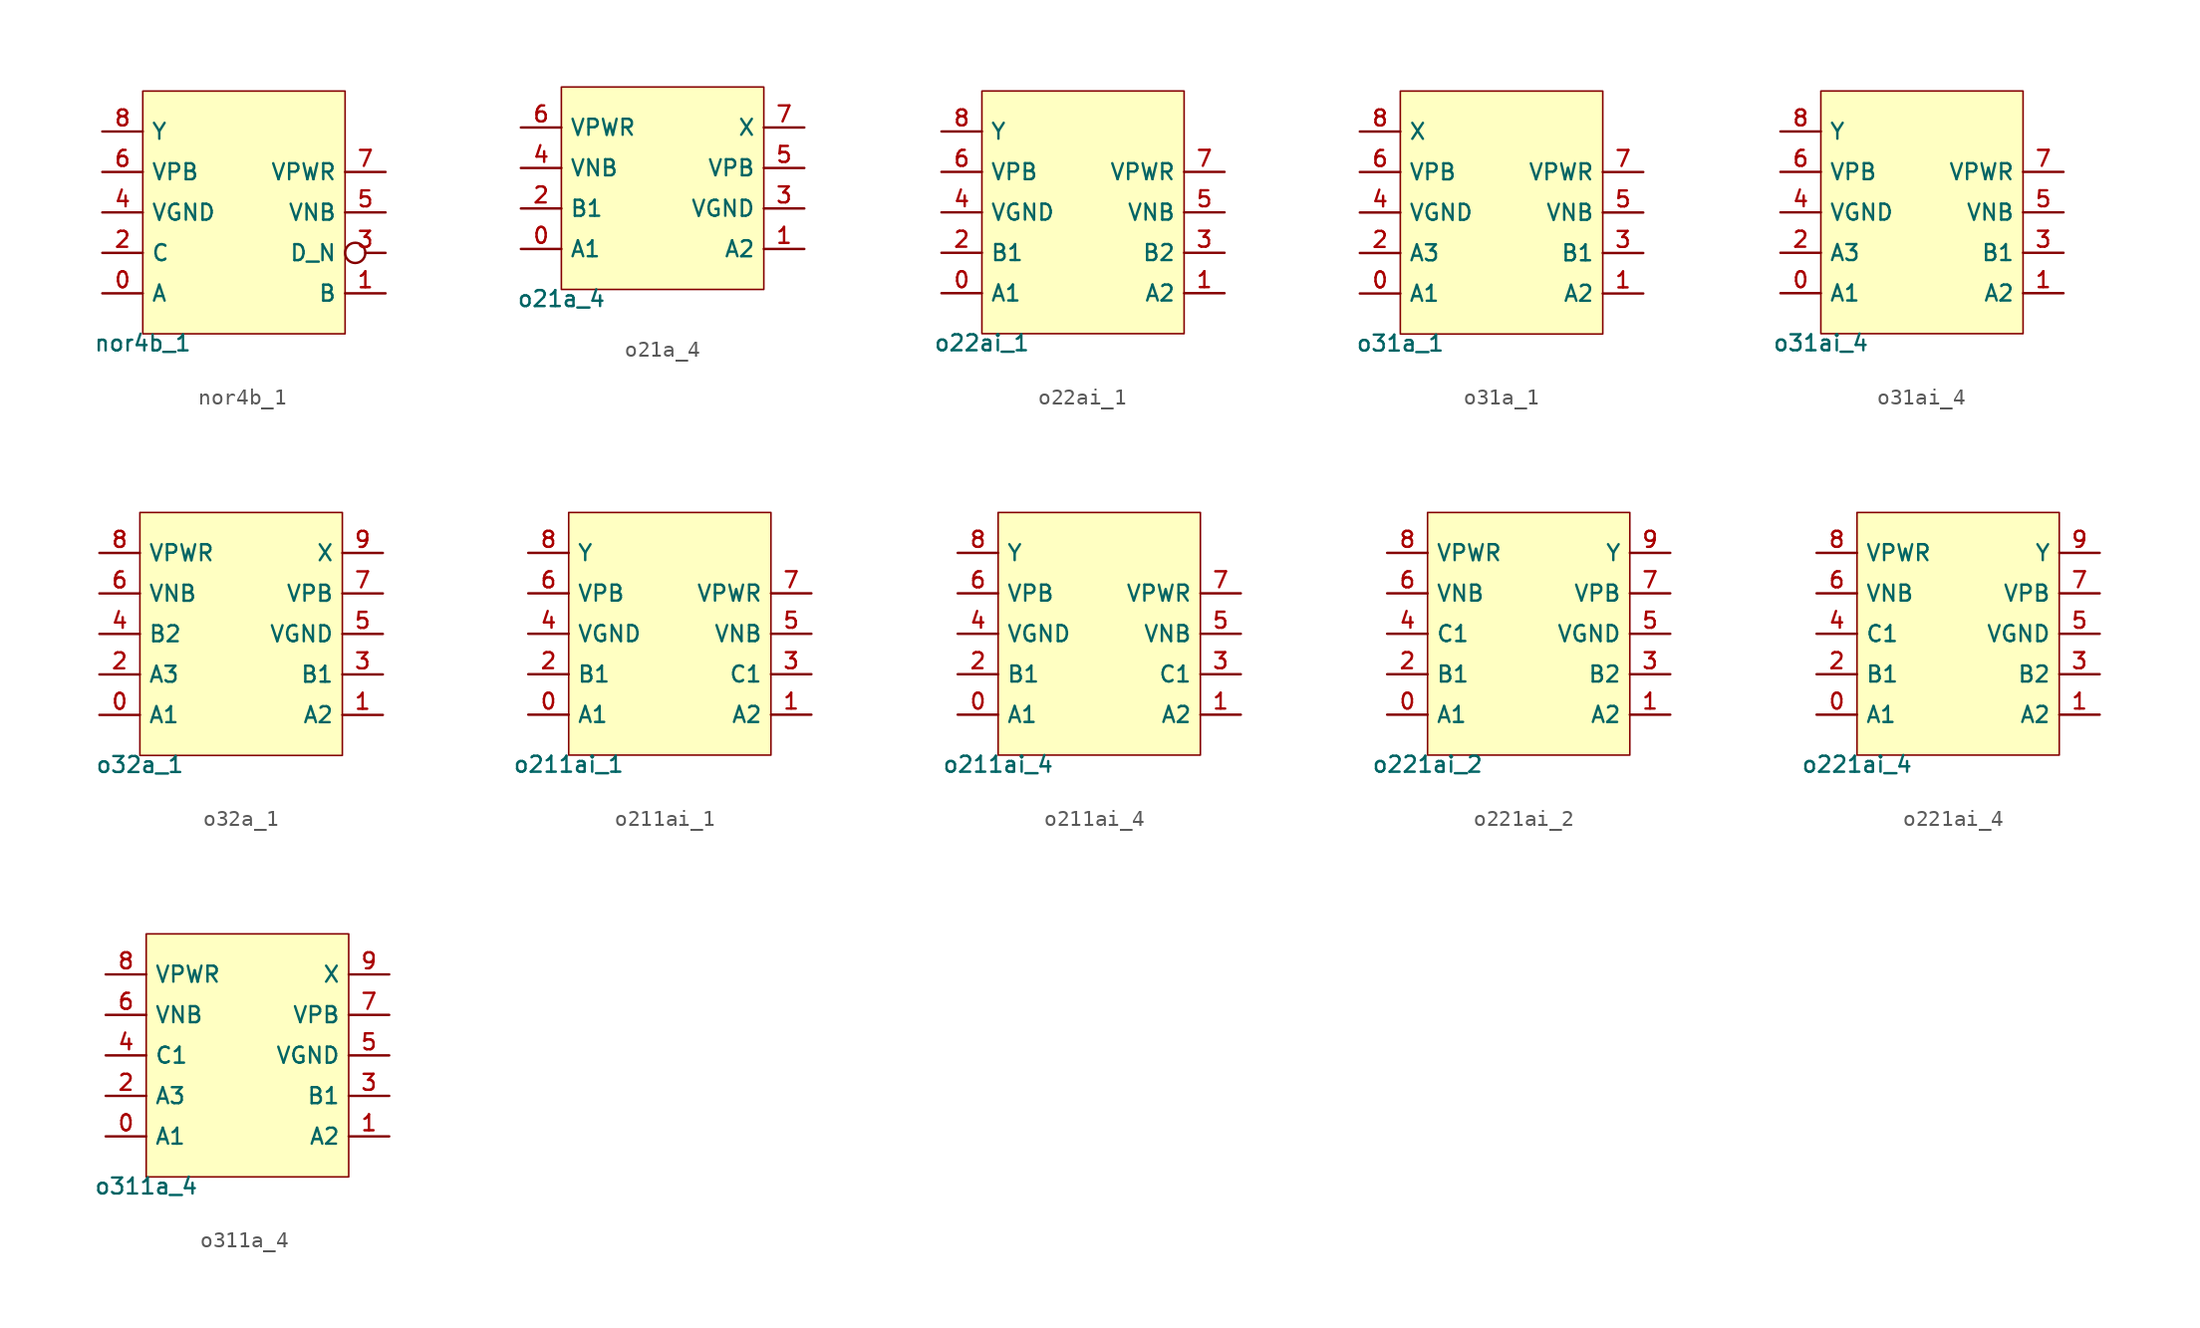
<source format=kicad_sym>
(kicad_symbol_lib
  (version 20211014)
  (generator pdk2kicad)
  (symbol "nor4b_1"
    (property "Reference" "X"
      (at 0 0 0)
      (effects (font (size 1 1)) hide))
    (property "Value" "nor4b_1"
      (at -6.35 -7.62 0)
      (effects (font (size 1 1)) (justify top)))
    (rectangle
      (start -6.35 -7.62)
      (end 6.35 7.62)
      (stroke (width 0.1) (type solid) (color 0 0 0 0))
      (fill (type background)))
    (pin bidirectional line
      (at -8.89 -5.08 0)
      (length 2.54)
      (name "A" (effects (font (size 1 1)) hide))
      (number "0" (effects (font (size 1 1)) hide)))
    (pin bidirectional line
      (at 8.89 -5.08 180)
      (length 2.54)
      (name "B" (effects (font (size 1 1)) hide))
      (number "1" (effects (font (size 1 1)) hide)))
    (pin bidirectional line
      (at -8.89 -2.54 0)
      (length 2.54)
      (name "C" (effects (font (size 1 1)) hide))
      (number "2" (effects (font (size 1 1)) hide)))
    (pin bidirectional inverted
      (at 8.89 -2.54 180)
      (length 2.54)
      (name "D_N" (effects (font (size 1 1)) hide))
      (number "3" (effects (font (size 1 1)) hide)))
    (pin bidirectional line
      (at -8.89 8.881784197001252e-16 0)
      (length 2.54)
      (name "VGND" (effects (font (size 1 1)) hide))
      (number "4" (effects (font (size 1 1)) hide)))
    (pin bidirectional line
      (at 8.89 8.881784197001252e-16 180)
      (length 2.54)
      (name "VNB" (effects (font (size 1 1)) hide))
      (number "5" (effects (font (size 1 1)) hide)))
    (pin bidirectional line
      (at -8.89 2.54 0)
      (length 2.54)
      (name "VPB" (effects (font (size 1 1)) hide))
      (number "6" (effects (font (size 1 1)) hide)))
    (pin bidirectional line
      (at 8.89 2.54 180)
      (length 2.54)
      (name "VPWR" (effects (font (size 1 1)) hide))
      (number "7" (effects (font (size 1 1)) hide)))
    (pin bidirectional line
      (at -8.89 5.08 0)
      (length 2.54)
      (name "Y" (effects (font (size 1 1)) hide))
      (number "8" (effects (font (size 1 1)) hide))))
  (symbol "o21a_4"
    (property "Reference" "X"
      (at 0 0 0)
      (effects (font (size 1 1)) hide))
    (property "Value" "o21a_4"
      (at -6.35 -6.35 0)
      (effects (font (size 1 1)) (justify top)))
    (rectangle
      (start -6.35 -6.35)
      (end 6.35 6.35)
      (stroke (width 0.1) (type solid) (color 0 0 0 0))
      (fill (type background)))
    (pin bidirectional line
      (at -8.89 -3.81 0)
      (length 2.54)
      (name "A1" (effects (font (size 1 1)) hide))
      (number "0" (effects (font (size 1 1)) hide)))
    (pin bidirectional line
      (at 8.89 -3.81 180)
      (length 2.54)
      (name "A2" (effects (font (size 1 1)) hide))
      (number "1" (effects (font (size 1 1)) hide)))
    (pin bidirectional line
      (at -8.89 -1.27 0)
      (length 2.54)
      (name "B1" (effects (font (size 1 1)) hide))
      (number "2" (effects (font (size 1 1)) hide)))
    (pin bidirectional line
      (at 8.89 -1.27 180)
      (length 2.54)
      (name "VGND" (effects (font (size 1 1)) hide))
      (number "3" (effects (font (size 1 1)) hide)))
    (pin bidirectional line
      (at -8.89 1.27 0)
      (length 2.54)
      (name "VNB" (effects (font (size 1 1)) hide))
      (number "4" (effects (font (size 1 1)) hide)))
    (pin bidirectional line
      (at 8.89 1.27 180)
      (length 2.54)
      (name "VPB" (effects (font (size 1 1)) hide))
      (number "5" (effects (font (size 1 1)) hide)))
    (pin bidirectional line
      (at -8.89 3.81 0)
      (length 2.54)
      (name "VPWR" (effects (font (size 1 1)) hide))
      (number "6" (effects (font (size 1 1)) hide)))
    (pin bidirectional line
      (at 8.89 3.81 180)
      (length 2.54)
      (name "X" (effects (font (size 1 1)) hide))
      (number "7" (effects (font (size 1 1)) hide))))
  (symbol "o22ai_1"
    (property "Reference" "X"
      (at 0 0 0)
      (effects (font (size 1 1)) hide))
    (property "Value" "o22ai_1"
      (at -6.35 -7.62 0)
      (effects (font (size 1 1)) (justify top)))
    (rectangle
      (start -6.35 -7.62)
      (end 6.35 7.62)
      (stroke (width 0.1) (type solid) (color 0 0 0 0))
      (fill (type background)))
    (pin bidirectional line
      (at -8.89 -5.08 0)
      (length 2.54)
      (name "A1" (effects (font (size 1 1)) hide))
      (number "0" (effects (font (size 1 1)) hide)))
    (pin bidirectional line
      (at 8.89 -5.08 180)
      (length 2.54)
      (name "A2" (effects (font (size 1 1)) hide))
      (number "1" (effects (font (size 1 1)) hide)))
    (pin bidirectional line
      (at -8.89 -2.54 0)
      (length 2.54)
      (name "B1" (effects (font (size 1 1)) hide))
      (number "2" (effects (font (size 1 1)) hide)))
    (pin bidirectional line
      (at 8.89 -2.54 180)
      (length 2.54)
      (name "B2" (effects (font (size 1 1)) hide))
      (number "3" (effects (font (size 1 1)) hide)))
    (pin bidirectional line
      (at -8.89 8.881784197001252e-16 0)
      (length 2.54)
      (name "VGND" (effects (font (size 1 1)) hide))
      (number "4" (effects (font (size 1 1)) hide)))
    (pin bidirectional line
      (at 8.89 8.881784197001252e-16 180)
      (length 2.54)
      (name "VNB" (effects (font (size 1 1)) hide))
      (number "5" (effects (font (size 1 1)) hide)))
    (pin bidirectional line
      (at -8.89 2.54 0)
      (length 2.54)
      (name "VPB" (effects (font (size 1 1)) hide))
      (number "6" (effects (font (size 1 1)) hide)))
    (pin bidirectional line
      (at 8.89 2.54 180)
      (length 2.54)
      (name "VPWR" (effects (font (size 1 1)) hide))
      (number "7" (effects (font (size 1 1)) hide)))
    (pin bidirectional line
      (at -8.89 5.08 0)
      (length 2.54)
      (name "Y" (effects (font (size 1 1)) hide))
      (number "8" (effects (font (size 1 1)) hide))))
  (symbol "o31a_1"
    (property "Reference" "X"
      (at 0 0 0)
      (effects (font (size 1 1)) hide))
    (property "Value" "o31a_1"
      (at -6.35 -7.62 0)
      (effects (font (size 1 1)) (justify top)))
    (rectangle
      (start -6.35 -7.62)
      (end 6.35 7.62)
      (stroke (width 0.1) (type solid) (color 0 0 0 0))
      (fill (type background)))
    (pin bidirectional line
      (at -8.89 -5.08 0)
      (length 2.54)
      (name "A1" (effects (font (size 1 1)) hide))
      (number "0" (effects (font (size 1 1)) hide)))
    (pin bidirectional line
      (at 8.89 -5.08 180)
      (length 2.54)
      (name "A2" (effects (font (size 1 1)) hide))
      (number "1" (effects (font (size 1 1)) hide)))
    (pin bidirectional line
      (at -8.89 -2.54 0)
      (length 2.54)
      (name "A3" (effects (font (size 1 1)) hide))
      (number "2" (effects (font (size 1 1)) hide)))
    (pin bidirectional line
      (at 8.89 -2.54 180)
      (length 2.54)
      (name "B1" (effects (font (size 1 1)) hide))
      (number "3" (effects (font (size 1 1)) hide)))
    (pin bidirectional line
      (at -8.89 8.881784197001252e-16 0)
      (length 2.54)
      (name "VGND" (effects (font (size 1 1)) hide))
      (number "4" (effects (font (size 1 1)) hide)))
    (pin bidirectional line
      (at 8.89 8.881784197001252e-16 180)
      (length 2.54)
      (name "VNB" (effects (font (size 1 1)) hide))
      (number "5" (effects (font (size 1 1)) hide)))
    (pin bidirectional line
      (at -8.89 2.54 0)
      (length 2.54)
      (name "VPB" (effects (font (size 1 1)) hide))
      (number "6" (effects (font (size 1 1)) hide)))
    (pin bidirectional line
      (at 8.89 2.54 180)
      (length 2.54)
      (name "VPWR" (effects (font (size 1 1)) hide))
      (number "7" (effects (font (size 1 1)) hide)))
    (pin bidirectional line
      (at -8.89 5.08 0)
      (length 2.54)
      (name "X" (effects (font (size 1 1)) hide))
      (number "8" (effects (font (size 1 1)) hide))))
  (symbol "o31ai_4"
    (property "Reference" "X"
      (at 0 0 0)
      (effects (font (size 1 1)) hide))
    (property "Value" "o31ai_4"
      (at -6.35 -7.62 0)
      (effects (font (size 1 1)) (justify top)))
    (rectangle
      (start -6.35 -7.62)
      (end 6.35 7.62)
      (stroke (width 0.1) (type solid) (color 0 0 0 0))
      (fill (type background)))
    (pin bidirectional line
      (at -8.89 -5.08 0)
      (length 2.54)
      (name "A1" (effects (font (size 1 1)) hide))
      (number "0" (effects (font (size 1 1)) hide)))
    (pin bidirectional line
      (at 8.89 -5.08 180)
      (length 2.54)
      (name "A2" (effects (font (size 1 1)) hide))
      (number "1" (effects (font (size 1 1)) hide)))
    (pin bidirectional line
      (at -8.89 -2.54 0)
      (length 2.54)
      (name "A3" (effects (font (size 1 1)) hide))
      (number "2" (effects (font (size 1 1)) hide)))
    (pin bidirectional line
      (at 8.89 -2.54 180)
      (length 2.54)
      (name "B1" (effects (font (size 1 1)) hide))
      (number "3" (effects (font (size 1 1)) hide)))
    (pin bidirectional line
      (at -8.89 8.881784197001252e-16 0)
      (length 2.54)
      (name "VGND" (effects (font (size 1 1)) hide))
      (number "4" (effects (font (size 1 1)) hide)))
    (pin bidirectional line
      (at 8.89 8.881784197001252e-16 180)
      (length 2.54)
      (name "VNB" (effects (font (size 1 1)) hide))
      (number "5" (effects (font (size 1 1)) hide)))
    (pin bidirectional line
      (at -8.89 2.54 0)
      (length 2.54)
      (name "VPB" (effects (font (size 1 1)) hide))
      (number "6" (effects (font (size 1 1)) hide)))
    (pin bidirectional line
      (at 8.89 2.54 180)
      (length 2.54)
      (name "VPWR" (effects (font (size 1 1)) hide))
      (number "7" (effects (font (size 1 1)) hide)))
    (pin bidirectional line
      (at -8.89 5.08 0)
      (length 2.54)
      (name "Y" (effects (font (size 1 1)) hide))
      (number "8" (effects (font (size 1 1)) hide))))
  (symbol "o32a_1"
    (property "Reference" "X"
      (at 0 0 0)
      (effects (font (size 1 1)) hide))
    (property "Value" "o32a_1"
      (at -6.35 -7.62 0)
      (effects (font (size 1 1)) (justify top)))
    (rectangle
      (start -6.35 -7.62)
      (end 6.35 7.62)
      (stroke (width 0.1) (type solid) (color 0 0 0 0))
      (fill (type background)))
    (pin bidirectional line
      (at -8.89 -5.08 0)
      (length 2.54)
      (name "A1" (effects (font (size 1 1)) hide))
      (number "0" (effects (font (size 1 1)) hide)))
    (pin bidirectional line
      (at 8.89 -5.08 180)
      (length 2.54)
      (name "A2" (effects (font (size 1 1)) hide))
      (number "1" (effects (font (size 1 1)) hide)))
    (pin bidirectional line
      (at -8.89 -2.54 0)
      (length 2.54)
      (name "A3" (effects (font (size 1 1)) hide))
      (number "2" (effects (font (size 1 1)) hide)))
    (pin bidirectional line
      (at 8.89 -2.54 180)
      (length 2.54)
      (name "B1" (effects (font (size 1 1)) hide))
      (number "3" (effects (font (size 1 1)) hide)))
    (pin bidirectional line
      (at -8.89 8.881784197001252e-16 0)
      (length 2.54)
      (name "B2" (effects (font (size 1 1)) hide))
      (number "4" (effects (font (size 1 1)) hide)))
    (pin bidirectional line
      (at 8.89 8.881784197001252e-16 180)
      (length 2.54)
      (name "VGND" (effects (font (size 1 1)) hide))
      (number "5" (effects (font (size 1 1)) hide)))
    (pin bidirectional line
      (at -8.89 2.54 0)
      (length 2.54)
      (name "VNB" (effects (font (size 1 1)) hide))
      (number "6" (effects (font (size 1 1)) hide)))
    (pin bidirectional line
      (at 8.89 2.54 180)
      (length 2.54)
      (name "VPB" (effects (font (size 1 1)) hide))
      (number "7" (effects (font (size 1 1)) hide)))
    (pin bidirectional line
      (at -8.89 5.08 0)
      (length 2.54)
      (name "VPWR" (effects (font (size 1 1)) hide))
      (number "8" (effects (font (size 1 1)) hide)))
    (pin bidirectional line
      (at 8.89 5.08 180)
      (length 2.54)
      (name "X" (effects (font (size 1 1)) hide))
      (number "9" (effects (font (size 1 1)) hide))))
  (symbol "o211ai_1"
    (property "Reference" "X"
      (at 0 0 0)
      (effects (font (size 1 1)) hide))
    (property "Value" "o211ai_1"
      (at -6.35 -7.62 0)
      (effects (font (size 1 1)) (justify top)))
    (rectangle
      (start -6.35 -7.62)
      (end 6.35 7.62)
      (stroke (width 0.1) (type solid) (color 0 0 0 0))
      (fill (type background)))
    (pin bidirectional line
      (at -8.89 -5.08 0)
      (length 2.54)
      (name "A1" (effects (font (size 1 1)) hide))
      (number "0" (effects (font (size 1 1)) hide)))
    (pin bidirectional line
      (at 8.89 -5.08 180)
      (length 2.54)
      (name "A2" (effects (font (size 1 1)) hide))
      (number "1" (effects (font (size 1 1)) hide)))
    (pin bidirectional line
      (at -8.89 -2.54 0)
      (length 2.54)
      (name "B1" (effects (font (size 1 1)) hide))
      (number "2" (effects (font (size 1 1)) hide)))
    (pin bidirectional line
      (at 8.89 -2.54 180)
      (length 2.54)
      (name "C1" (effects (font (size 1 1)) hide))
      (number "3" (effects (font (size 1 1)) hide)))
    (pin bidirectional line
      (at -8.89 8.881784197001252e-16 0)
      (length 2.54)
      (name "VGND" (effects (font (size 1 1)) hide))
      (number "4" (effects (font (size 1 1)) hide)))
    (pin bidirectional line
      (at 8.89 8.881784197001252e-16 180)
      (length 2.54)
      (name "VNB" (effects (font (size 1 1)) hide))
      (number "5" (effects (font (size 1 1)) hide)))
    (pin bidirectional line
      (at -8.89 2.54 0)
      (length 2.54)
      (name "VPB" (effects (font (size 1 1)) hide))
      (number "6" (effects (font (size 1 1)) hide)))
    (pin bidirectional line
      (at 8.89 2.54 180)
      (length 2.54)
      (name "VPWR" (effects (font (size 1 1)) hide))
      (number "7" (effects (font (size 1 1)) hide)))
    (pin bidirectional line
      (at -8.89 5.08 0)
      (length 2.54)
      (name "Y" (effects (font (size 1 1)) hide))
      (number "8" (effects (font (size 1 1)) hide))))
  (symbol "o211ai_4"
    (property "Reference" "X"
      (at 0 0 0)
      (effects (font (size 1 1)) hide))
    (property "Value" "o211ai_4"
      (at -6.35 -7.62 0)
      (effects (font (size 1 1)) (justify top)))
    (rectangle
      (start -6.35 -7.62)
      (end 6.35 7.62)
      (stroke (width 0.1) (type solid) (color 0 0 0 0))
      (fill (type background)))
    (pin bidirectional line
      (at -8.89 -5.08 0)
      (length 2.54)
      (name "A1" (effects (font (size 1 1)) hide))
      (number "0" (effects (font (size 1 1)) hide)))
    (pin bidirectional line
      (at 8.89 -5.08 180)
      (length 2.54)
      (name "A2" (effects (font (size 1 1)) hide))
      (number "1" (effects (font (size 1 1)) hide)))
    (pin bidirectional line
      (at -8.89 -2.54 0)
      (length 2.54)
      (name "B1" (effects (font (size 1 1)) hide))
      (number "2" (effects (font (size 1 1)) hide)))
    (pin bidirectional line
      (at 8.89 -2.54 180)
      (length 2.54)
      (name "C1" (effects (font (size 1 1)) hide))
      (number "3" (effects (font (size 1 1)) hide)))
    (pin bidirectional line
      (at -8.89 8.881784197001252e-16 0)
      (length 2.54)
      (name "VGND" (effects (font (size 1 1)) hide))
      (number "4" (effects (font (size 1 1)) hide)))
    (pin bidirectional line
      (at 8.89 8.881784197001252e-16 180)
      (length 2.54)
      (name "VNB" (effects (font (size 1 1)) hide))
      (number "5" (effects (font (size 1 1)) hide)))
    (pin bidirectional line
      (at -8.89 2.54 0)
      (length 2.54)
      (name "VPB" (effects (font (size 1 1)) hide))
      (number "6" (effects (font (size 1 1)) hide)))
    (pin bidirectional line
      (at 8.89 2.54 180)
      (length 2.54)
      (name "VPWR" (effects (font (size 1 1)) hide))
      (number "7" (effects (font (size 1 1)) hide)))
    (pin bidirectional line
      (at -8.89 5.08 0)
      (length 2.54)
      (name "Y" (effects (font (size 1 1)) hide))
      (number "8" (effects (font (size 1 1)) hide))))
  (symbol "o221ai_2"
    (property "Reference" "X"
      (at 0 0 0)
      (effects (font (size 1 1)) hide))
    (property "Value" "o221ai_2"
      (at -6.35 -7.62 0)
      (effects (font (size 1 1)) (justify top)))
    (rectangle
      (start -6.35 -7.62)
      (end 6.35 7.62)
      (stroke (width 0.1) (type solid) (color 0 0 0 0))
      (fill (type background)))
    (pin bidirectional line
      (at -8.89 -5.08 0)
      (length 2.54)
      (name "A1" (effects (font (size 1 1)) hide))
      (number "0" (effects (font (size 1 1)) hide)))
    (pin bidirectional line
      (at 8.89 -5.08 180)
      (length 2.54)
      (name "A2" (effects (font (size 1 1)) hide))
      (number "1" (effects (font (size 1 1)) hide)))
    (pin bidirectional line
      (at -8.89 -2.54 0)
      (length 2.54)
      (name "B1" (effects (font (size 1 1)) hide))
      (number "2" (effects (font (size 1 1)) hide)))
    (pin bidirectional line
      (at 8.89 -2.54 180)
      (length 2.54)
      (name "B2" (effects (font (size 1 1)) hide))
      (number "3" (effects (font (size 1 1)) hide)))
    (pin bidirectional line
      (at -8.89 8.881784197001252e-16 0)
      (length 2.54)
      (name "C1" (effects (font (size 1 1)) hide))
      (number "4" (effects (font (size 1 1)) hide)))
    (pin bidirectional line
      (at 8.89 8.881784197001252e-16 180)
      (length 2.54)
      (name "VGND" (effects (font (size 1 1)) hide))
      (number "5" (effects (font (size 1 1)) hide)))
    (pin bidirectional line
      (at -8.89 2.54 0)
      (length 2.54)
      (name "VNB" (effects (font (size 1 1)) hide))
      (number "6" (effects (font (size 1 1)) hide)))
    (pin bidirectional line
      (at 8.89 2.54 180)
      (length 2.54)
      (name "VPB" (effects (font (size 1 1)) hide))
      (number "7" (effects (font (size 1 1)) hide)))
    (pin bidirectional line
      (at -8.89 5.08 0)
      (length 2.54)
      (name "VPWR" (effects (font (size 1 1)) hide))
      (number "8" (effects (font (size 1 1)) hide)))
    (pin bidirectional line
      (at 8.89 5.08 180)
      (length 2.54)
      (name "Y" (effects (font (size 1 1)) hide))
      (number "9" (effects (font (size 1 1)) hide))))
  (symbol "o221ai_4"
    (property "Reference" "X"
      (at 0 0 0)
      (effects (font (size 1 1)) hide))
    (property "Value" "o221ai_4"
      (at -6.35 -7.62 0)
      (effects (font (size 1 1)) (justify top)))
    (rectangle
      (start -6.35 -7.62)
      (end 6.35 7.62)
      (stroke (width 0.1) (type solid) (color 0 0 0 0))
      (fill (type background)))
    (pin bidirectional line
      (at -8.89 -5.08 0)
      (length 2.54)
      (name "A1" (effects (font (size 1 1)) hide))
      (number "0" (effects (font (size 1 1)) hide)))
    (pin bidirectional line
      (at 8.89 -5.08 180)
      (length 2.54)
      (name "A2" (effects (font (size 1 1)) hide))
      (number "1" (effects (font (size 1 1)) hide)))
    (pin bidirectional line
      (at -8.89 -2.54 0)
      (length 2.54)
      (name "B1" (effects (font (size 1 1)) hide))
      (number "2" (effects (font (size 1 1)) hide)))
    (pin bidirectional line
      (at 8.89 -2.54 180)
      (length 2.54)
      (name "B2" (effects (font (size 1 1)) hide))
      (number "3" (effects (font (size 1 1)) hide)))
    (pin bidirectional line
      (at -8.89 8.881784197001252e-16 0)
      (length 2.54)
      (name "C1" (effects (font (size 1 1)) hide))
      (number "4" (effects (font (size 1 1)) hide)))
    (pin bidirectional line
      (at 8.89 8.881784197001252e-16 180)
      (length 2.54)
      (name "VGND" (effects (font (size 1 1)) hide))
      (number "5" (effects (font (size 1 1)) hide)))
    (pin bidirectional line
      (at -8.89 2.54 0)
      (length 2.54)
      (name "VNB" (effects (font (size 1 1)) hide))
      (number "6" (effects (font (size 1 1)) hide)))
    (pin bidirectional line
      (at 8.89 2.54 180)
      (length 2.54)
      (name "VPB" (effects (font (size 1 1)) hide))
      (number "7" (effects (font (size 1 1)) hide)))
    (pin bidirectional line
      (at -8.89 5.08 0)
      (length 2.54)
      (name "VPWR" (effects (font (size 1 1)) hide))
      (number "8" (effects (font (size 1 1)) hide)))
    (pin bidirectional line
      (at 8.89 5.08 180)
      (length 2.54)
      (name "Y" (effects (font (size 1 1)) hide))
      (number "9" (effects (font (size 1 1)) hide))))
  (symbol "o311a_4"
    (property "Reference" "X"
      (at 0 0 0)
      (effects (font (size 1 1)) hide))
    (property "Value" "o311a_4"
      (at -6.35 -7.62 0)
      (effects (font (size 1 1)) (justify top)))
    (rectangle
      (start -6.35 -7.62)
      (end 6.35 7.62)
      (stroke (width 0.1) (type solid) (color 0 0 0 0))
      (fill (type background)))
    (pin bidirectional line
      (at -8.89 -5.08 0)
      (length 2.54)
      (name "A1" (effects (font (size 1 1)) hide))
      (number "0" (effects (font (size 1 1)) hide)))
    (pin bidirectional line
      (at 8.89 -5.08 180)
      (length 2.54)
      (name "A2" (effects (font (size 1 1)) hide))
      (number "1" (effects (font (size 1 1)) hide)))
    (pin bidirectional line
      (at -8.89 -2.54 0)
      (length 2.54)
      (name "A3" (effects (font (size 1 1)) hide))
      (number "2" (effects (font (size 1 1)) hide)))
    (pin bidirectional line
      (at 8.89 -2.54 180)
      (length 2.54)
      (name "B1" (effects (font (size 1 1)) hide))
      (number "3" (effects (font (size 1 1)) hide)))
    (pin bidirectional line
      (at -8.89 8.881784197001252e-16 0)
      (length 2.54)
      (name "C1" (effects (font (size 1 1)) hide))
      (number "4" (effects (font (size 1 1)) hide)))
    (pin bidirectional line
      (at 8.89 8.881784197001252e-16 180)
      (length 2.54)
      (name "VGND" (effects (font (size 1 1)) hide))
      (number "5" (effects (font (size 1 1)) hide)))
    (pin bidirectional line
      (at -8.89 2.54 0)
      (length 2.54)
      (name "VNB" (effects (font (size 1 1)) hide))
      (number "6" (effects (font (size 1 1)) hide)))
    (pin bidirectional line
      (at 8.89 2.54 180)
      (length 2.54)
      (name "VPB" (effects (font (size 1 1)) hide))
      (number "7" (effects (font (size 1 1)) hide)))
    (pin bidirectional line
      (at -8.89 5.08 0)
      (length 2.54)
      (name "VPWR" (effects (font (size 1 1)) hide))
      (number "8" (effects (font (size 1 1)) hide)))
    (pin bidirectional line
      (at 8.89 5.08 180)
      (length 2.54)
      (name "X" (effects (font (size 1 1)) hide))
      (number "9" (effects (font (size 1 1)) hide)))))
</source>
